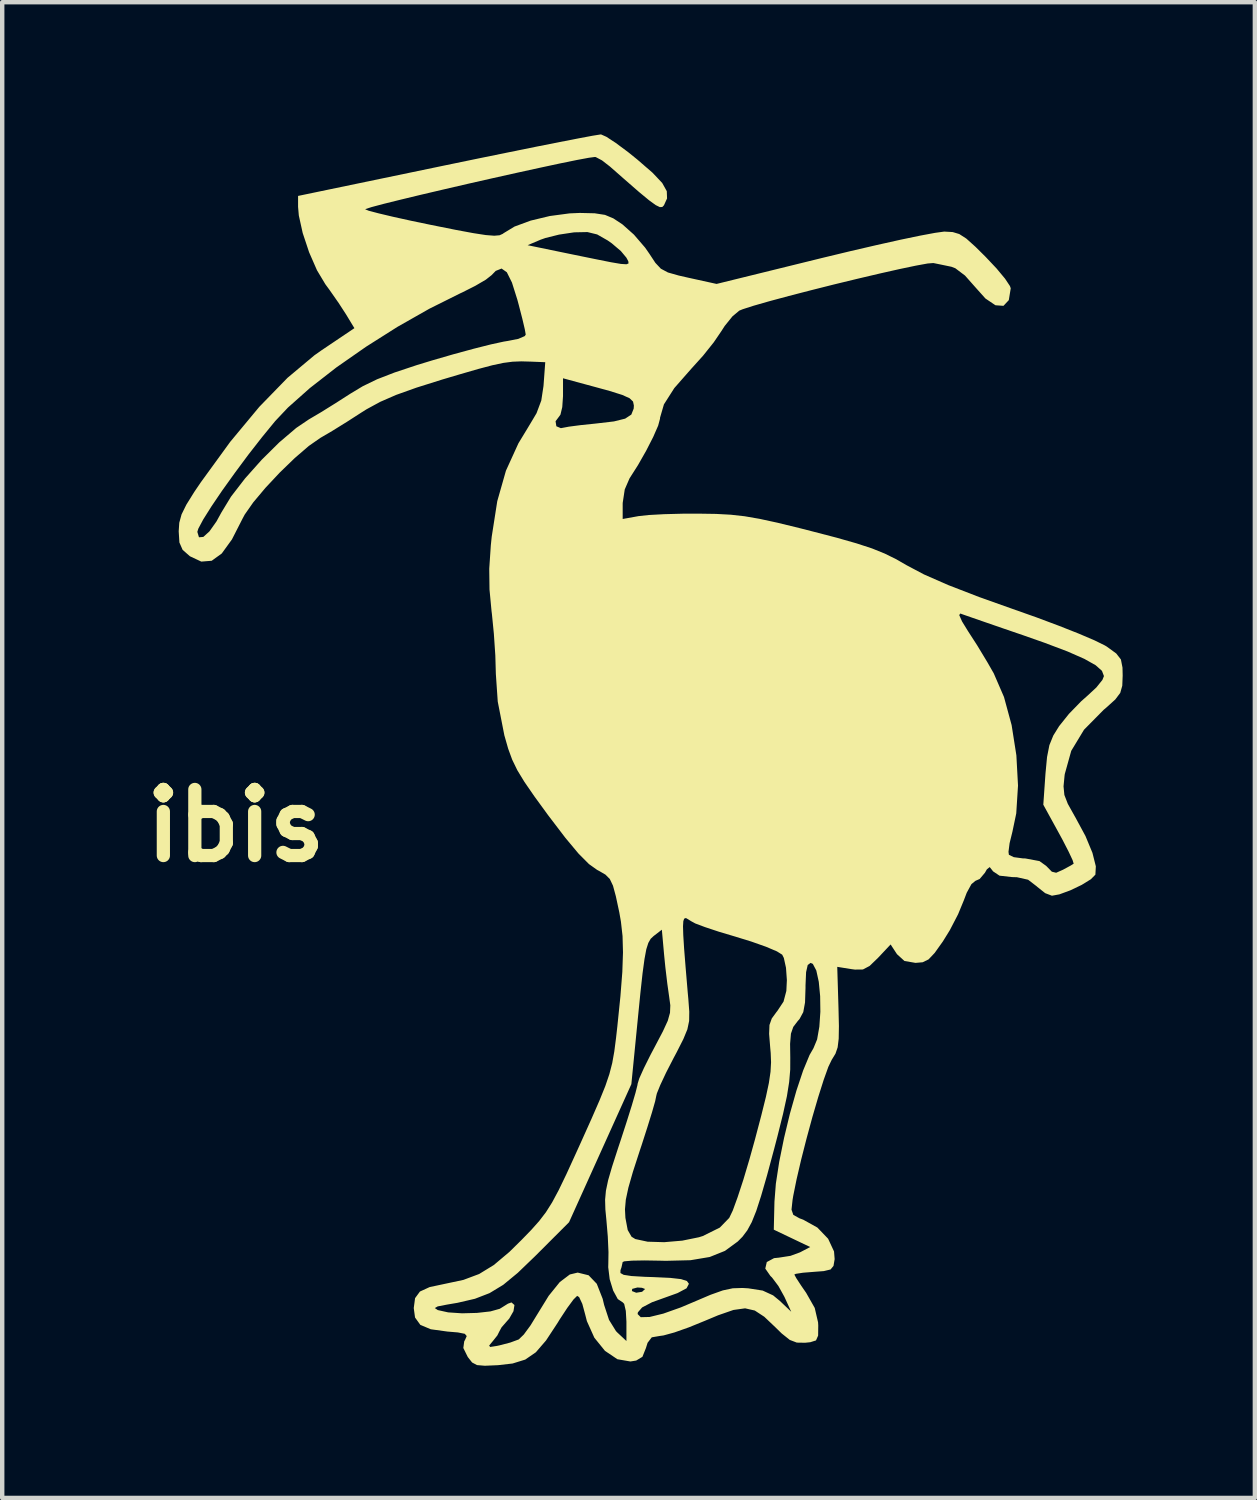
<source format=kicad_pcb>
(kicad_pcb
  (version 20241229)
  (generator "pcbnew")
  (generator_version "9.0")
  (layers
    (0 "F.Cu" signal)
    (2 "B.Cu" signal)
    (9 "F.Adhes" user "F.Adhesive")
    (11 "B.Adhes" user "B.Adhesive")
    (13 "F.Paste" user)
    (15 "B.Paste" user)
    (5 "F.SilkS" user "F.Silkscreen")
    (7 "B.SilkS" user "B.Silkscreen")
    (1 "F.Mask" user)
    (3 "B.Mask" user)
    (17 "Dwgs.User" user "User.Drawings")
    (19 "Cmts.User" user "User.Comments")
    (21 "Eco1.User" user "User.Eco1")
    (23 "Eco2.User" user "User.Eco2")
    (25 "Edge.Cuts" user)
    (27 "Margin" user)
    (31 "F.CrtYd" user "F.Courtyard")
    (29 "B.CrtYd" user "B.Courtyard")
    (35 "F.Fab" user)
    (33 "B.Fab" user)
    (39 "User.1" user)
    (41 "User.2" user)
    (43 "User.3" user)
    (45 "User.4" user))
  (footprint "ibis"
    (layer "F.Cu")
    (at 11.8 14.186)
    (property "Reference" "ibis" (at -9.5 1.5 0) (layer "F.SilkS") (effects (font (size 1.5 1.5) (thickness 0.3))))
    (attr board_only exclude_from_pos_files exclude_from_bom)
    (fp_poly (pts (xy -1.09 -14.132) (xy -0.875 -13.991) (xy -0.599 -13.786) (xy -0.387 -13.615) (xy -0.041 -13.315) (xy 0.177 -13.084) (xy 0.281 -12.898) (xy 0.287 -12.733) (xy 0.217 -12.578) (xy 0.179 -12.539) (xy 0.123 -12.536) (xy 0.029 -12.582) (xy -0.121 -12.691) (xy -0.345 -12.876) (xy -0.661 -13.151) (xy -1.008 -13.456) (xy -1.19 -13.597) (xy -1.33 -13.671) (xy -1.35 -13.674) (xy -1.487 -13.656) (xy -1.756 -13.606) (xy -2.134 -13.529) (xy -2.595 -13.43) (xy -3.116 -13.316) (xy -3.672 -13.192) (xy -4.241 -13.063) (xy -4.797 -12.934) (xy -5.317 -12.812) (xy -5.776 -12.701) (xy -6.151 -12.608) (xy -6.417 -12.537) (xy -6.551 -12.494) (xy -6.562 -12.486) (xy -6.483 -12.454) (xy -6.264 -12.396) (xy -5.932 -12.317) (xy -5.511 -12.224) (xy -5.059 -12.13) (xy -4.515 -12.021) (xy -4.112 -11.946) (xy -3.827 -11.902) (xy -3.636 -11.887) (xy -3.514 -11.897) (xy -3.439 -11.931) (xy -3.423 -11.944) (xy -3.174 -12.095) (xy -2.808 -12.23) (xy -2.374 -12.334) (xy -1.925 -12.394) (xy -1.693 -12.404) (xy -1.355 -12.396) (xy -1.122 -12.36) (xy -0.931 -12.28) (xy -0.725 -12.144) (xy -0.464 -11.911) (xy -0.211 -11.617) (xy -0.115 -11.479) (xy 0.022 -11.271) (xy 0.146 -11.139) (xy 0.307 -11.053) (xy 0.554 -10.983) (xy 0.774 -10.933) (xy 1.411 -10.793) (xy 3.824 -11.387) (xy 4.456 -11.539) (xy 5.051 -11.677) (xy 5.584 -11.796) (xy 6.031 -11.889) (xy 6.368 -11.952) (xy 6.57 -11.98) (xy 6.592 -11.98) (xy 6.769 -11.97) (xy 6.918 -11.925) (xy 7.078 -11.822) (xy 7.284 -11.637) (xy 7.516 -11.407) (xy 7.764 -11.144) (xy 7.957 -10.912) (xy 8.068 -10.745) (xy 8.086 -10.694) (xy 8.042 -10.425) (xy 7.921 -10.296) (xy 7.739 -10.309) (xy 7.512 -10.462) (xy 7.289 -10.711) (xy 7.048 -10.983) (xy 6.828 -11.149) (xy 6.742 -11.182) (xy 6.493 -11.234) (xy 6.33 -11.267) (xy 6.202 -11.257) (xy 5.938 -11.209) (xy 5.566 -11.131) (xy 5.113 -11.029) (xy 4.607 -10.91) (xy 4.075 -10.781) (xy 3.547 -10.648) (xy 3.048 -10.519) (xy 2.606 -10.4) (xy 2.25 -10.298) (xy 2.007 -10.22) (xy 1.926 -10.187) (xy 1.771 -10.057) (xy 1.595 -9.839) (xy 1.517 -9.718) (xy 1.346 -9.467) (xy 1.104 -9.164) (xy 0.843 -8.875) (xy 0.84 -8.872) (xy 0.452 -8.43) (xy 0.216 -8.06) (xy 0.128 -7.758) (xy 0.127 -7.733) (xy 0.085 -7.577) (xy -0.027 -7.321) (xy -0.187 -7.008) (xy -0.373 -6.681) (xy -0.563 -6.383) (xy -0.565 -6.379) (xy -0.673 -6.13) (xy -0.719 -5.827) (xy -0.72 -5.807) (xy -0.72 -5.459) (xy -0.36 -5.524) (xy -0.13 -5.549) (xy 0.219 -5.568) (xy 0.638 -5.579) (xy 1.016 -5.58) (xy 1.402 -5.574) (xy 1.733 -5.556) (xy 2.048 -5.521) (xy 2.388 -5.462) (xy 2.794 -5.374) (xy 3.306 -5.249) (xy 3.556 -5.185) (xy 4.137 -5.034) (xy 4.586 -4.906) (xy 4.938 -4.791) (xy 5.227 -4.674) (xy 5.487 -4.546) (xy 5.715 -4.414) (xy 6.117 -4.201) (xy 6.666 -3.96) (xy 7.369 -3.688) (xy 8.128 -3.418) (xy 8.671 -3.226) (xy 9.181 -3.035) (xy 9.629 -2.858) (xy 9.985 -2.706) (xy 10.219 -2.591) (xy 10.266 -2.563) (xy 10.48 -2.407) (xy 10.586 -2.271) (xy 10.622 -2.086) (xy 10.626 -1.906) (xy 10.617 -1.676) (xy 10.571 -1.513) (xy 10.459 -1.364) (xy 10.249 -1.174) (xy 10.194 -1.128) (xy 9.749 -0.677) (xy 9.459 -0.198) (xy 9.312 0.33) (xy 9.308 0.358) (xy 9.284 0.608) (xy 9.303 0.803) (xy 9.381 1.005) (xy 9.534 1.279) (xy 9.553 1.312) (xy 9.782 1.736) (xy 9.94 2.117) (xy 10.017 2.423) (xy 10.007 2.612) (xy 9.903 2.717) (xy 9.695 2.845) (xy 9.438 2.968) (xy 9.19 3.059) (xy 9.021 3.09) (xy 8.868 3.032) (xy 8.69 2.891) (xy 8.678 2.879) (xy 8.48 2.727) (xy 8.226 2.67) (xy 8.117 2.667) (xy 7.831 2.635) (xy 7.682 2.535) (xy 7.677 2.526) (xy 7.609 2.44) (xy 7.544 2.492) (xy 7.5 2.569) (xy 7.381 2.71) (xy 7.285 2.752) (xy 7.194 2.827) (xy 7.087 3.023) (xy 7.021 3.196) (xy 6.891 3.511) (xy 6.704 3.871) (xy 6.546 4.127) (xy 6.36 4.388) (xy 6.221 4.535) (xy 6.087 4.6) (xy 5.925 4.614) (xy 5.674 4.571) (xy 5.505 4.417) (xy 5.497 4.405) (xy 5.36 4.196) (xy 5.073 4.501) (xy 4.883 4.684) (xy 4.731 4.764) (xy 4.55 4.766) (xy 4.467 4.755) (xy 4.149 4.704) (xy 4.177 5.63) (xy 4.187 6.048) (xy 4.182 6.335) (xy 4.158 6.531) (xy 4.109 6.674) (xy 4.031 6.802) (xy 4.025 6.811) (xy 3.947 6.973) (xy 3.842 7.266) (xy 3.718 7.657) (xy 3.585 8.112) (xy 3.453 8.598) (xy 3.33 9.08) (xy 3.226 9.526) (xy 3.15 9.902) (xy 3.135 9.993) (xy 3.111 10.214) (xy 3.152 10.332) (xy 3.292 10.41) (xy 3.378 10.442) (xy 3.698 10.62) (xy 3.942 10.874) (xy 4.076 11.162) (xy 4.09 11.336) (xy 4.064 11.49) (xy 3.998 11.571) (xy 3.844 11.608) (xy 3.619 11.625) (xy 3.371 11.645) (xy 3.21 11.67) (xy 3.175 11.686) (xy 3.22 11.769) (xy 3.335 11.945) (xy 3.443 12.101) (xy 3.638 12.444) (xy 3.714 12.772) (xy 3.718 12.844) (xy 3.715 13.072) (xy 3.667 13.181) (xy 3.537 13.222) (xy 3.42 13.234) (xy 3.232 13.231) (xy 3.072 13.17) (xy 2.887 13.022) (xy 2.742 12.88) (xy 2.493 12.644) (xy 2.278 12.503) (xy 2.058 12.453) (xy 1.793 12.49) (xy 1.445 12.611) (xy 1.144 12.737) (xy 0.783 12.884) (xy 0.455 13) (xy 0.207 13.068) (xy 0.115 13.081) (xy -0.06 13.111) (xy -0.155 13.235) (xy -0.193 13.356) (xy -0.272 13.553) (xy -0.413 13.638) (xy -0.545 13.659) (xy -0.84 13.608) (xy -1.122 13.418) (xy -1.363 13.12) (xy -1.532 12.744) (xy -1.57 12.596) (xy -1.636 12.352) (xy -1.708 12.199) (xy -1.753 12.17) (xy -1.836 12.252) (xy -1.977 12.443) (xy -2.15 12.706) (xy -2.198 12.785) (xy -2.459 13.182) (xy -2.69 13.45) (xy -2.931 13.616) (xy -3.218 13.705) (xy -3.549 13.743) (xy -3.847 13.756) (xy -4.026 13.741) (xy -4.137 13.682) (xy -4.229 13.565) (xy -4.24 13.548) (xy -4.336 13.353) (xy -4.316 13.203) (xy -4.296 13.167) (xy -4.259 13.082) (xy -4.303 13.031) (xy -4.459 13) (xy -4.697 12.98) (xy -5.075 12.928) (xy -5.312 12.828) (xy -5.432 12.661) (xy -5.461 12.447) (xy -4.983 12.447) (xy -4.917 12.492) (xy -4.911 12.494) (xy -4.68 12.545) (xy -4.365 12.566) (xy -4.027 12.557) (xy -3.722 12.523) (xy -3.511 12.464) (xy -3.476 12.443) (xy -3.323 12.347) (xy -3.243 12.319) (xy -3.176 12.378) (xy -3.198 12.518) (xy -3.295 12.687) (xy -3.344 12.742) (xy -3.468 12.884) (xy -3.514 12.968) (xy -3.564 13.068) (xy -3.662 13.191) (xy -3.75 13.298) (xy -3.727 13.33) (xy -3.57 13.305) (xy -3.514 13.293) (xy -3.272 13.23) (xy -3.087 13.162) (xy -3.078 13.158) (xy -2.964 13.048) (xy -2.81 12.838) (xy -2.685 12.634) (xy -2.399 12.169) (xy -2.147 11.857) (xy -1.92 11.685) (xy -1.741 11.642) (xy -1.493 11.703) (xy -1.308 11.896) (xy -1.174 12.237) (xy -1.141 12.376) (xy -1.03 12.715) (xy -0.872 12.97) (xy -0.842 13.001) (xy -0.635 13.195) (xy -0.635 12.757) (xy -0.649 12.511) (xy -0.686 12.352) (xy -0.717 12.319) (xy -0.831 12.243) (xy -0.93 12.061) (xy -0.51 12.061) (xy -0.413 12.099) (xy -0.28 12.078) (xy -0.212 12.015) (xy -0.212 12.014) (xy -0.283 11.987) (xy -0.386 11.98) (xy -0.504 12.012) (xy -0.51 12.061) (xy -0.93 12.061) (xy -0.936 12.05) (xy -1.015 11.792) (xy -1.032 11.652) (xy -0.771 11.652) (xy -0.697 11.693) (xy -0.522 11.72) (xy -0.218 11.738) (xy -0.03 11.744) (xy 0.358 11.762) (xy 0.604 11.79) (xy 0.737 11.833) (xy 0.783 11.896) (xy 0.73 11.998) (xy 0.525 12.107) (xy 0.319 12.181) (xy -0.054 12.315) (xy -0.279 12.433) (xy -0.375 12.544) (xy -0.381 12.583) (xy -0.31 12.654) (xy -0.109 12.649) (xy 0.202 12.573) (xy 0.602 12.431) (xy 0.89 12.309) (xy 1.273 12.146) (xy 1.553 12.046) (xy 1.779 11.998) (xy 1.998 11.991) (xy 2.13 11.999) (xy 2.457 12.05) (xy 2.694 12.159) (xy 2.846 12.284) (xy 3.105 12.531) (xy 2.95 12.192) (xy 2.814 11.947) (xy 2.669 11.754) (xy 2.632 11.718) (xy 2.516 11.551) (xy 2.55 11.403) (xy 2.715 11.314) (xy 2.824 11.303) (xy 3.088 11.262) (xy 3.303 11.183) (xy 3.535 11.062) (xy 3.122 10.865) (xy 2.709 10.668) (xy 2.724 10.033) (xy 2.756 9.624) (xy 2.832 9.129) (xy 2.942 8.587) (xy 3.075 8.035) (xy 3.223 7.512) (xy 3.375 7.056) (xy 3.521 6.704) (xy 3.61 6.549) (xy 3.692 6.351) (xy 3.743 6.062) (xy 3.766 5.722) (xy 3.761 5.369) (xy 3.73 5.044) (xy 3.674 4.787) (xy 3.595 4.637) (xy 3.544 4.614) (xy 3.479 4.662) (xy 3.442 4.824) (xy 3.429 5.125) (xy 3.429 5.18) (xy 3.418 5.513) (xy 3.378 5.731) (xy 3.295 5.885) (xy 3.247 5.941) (xy 3.151 6.067) (xy 3.098 6.22) (xy 3.079 6.45) (xy 3.083 6.763) (xy 3.082 7.036) (xy 3.058 7.317) (xy 3.007 7.639) (xy 2.92 8.037) (xy 2.793 8.546) (xy 2.716 8.84) (xy 2.555 9.439) (xy 2.422 9.899) (xy 2.311 10.243) (xy 2.209 10.497) (xy 2.108 10.683) (xy 1.999 10.828) (xy 1.892 10.936) (xy 1.601 11.149) (xy 1.255 11.288) (xy 0.819 11.361) (xy 0.26 11.375) (xy 0.135 11.372) (xy -0.222 11.366) (xy -0.506 11.371) (xy -0.681 11.386) (xy -0.72 11.402) (xy -0.747 11.523) (xy -0.77 11.589) (xy -0.771 11.652) (xy -1.032 11.652) (xy -1.048 11.52) (xy -1.046 11.443) (xy -1.042 11.178) (xy -1.058 10.823) (xy -1.089 10.456) (xy -1.113 10.207) (xy -0.668 10.207) (xy -0.658 10.4) (xy -0.606 10.676) (xy -0.519 10.828) (xy -0.433 10.881) (xy -0.154 10.941) (xy 0.222 10.952) (xy 0.632 10.917) (xy 1.01 10.84) (xy 1.099 10.812) (xy 1.484 10.621) (xy 1.698 10.401) (xy 1.778 10.234) (xy 1.887 9.935) (xy 2.018 9.536) (xy 2.157 9.069) (xy 2.281 8.624) (xy 2.426 8.074) (xy 2.53 7.656) (xy 2.598 7.337) (xy 2.635 7.085) (xy 2.647 6.87) (xy 2.639 6.659) (xy 2.628 6.539) (xy 2.603 6.225) (xy 2.611 6.023) (xy 2.663 5.876) (xy 2.77 5.729) (xy 2.789 5.706) (xy 2.93 5.493) (xy 2.994 5.251) (xy 3.006 5.005) (xy 2.986 4.725) (xy 2.937 4.502) (xy 2.9 4.428) (xy 2.78 4.353) (xy 2.533 4.248) (xy 2.196 4.129) (xy 1.839 4.019) (xy 1.461 3.906) (xy 1.145 3.801) (xy 0.927 3.719) (xy 0.839 3.671) (xy 0.723 3.6) (xy 0.705 3.598) (xy 0.675 3.612) (xy 0.656 3.668) (xy 0.649 3.786) (xy 0.655 3.986) (xy 0.674 4.289) (xy 0.708 4.715) (xy 0.756 5.284) (xy 0.77 5.435) (xy 0.791 5.72) (xy 0.788 5.932) (xy 0.748 6.122) (xy 0.658 6.341) (xy 0.506 6.641) (xy 0.433 6.778) (xy 0.265 7.105) (xy 0.134 7.384) (xy 0.056 7.576) (xy 0.042 7.633) (xy 0.017 7.754) (xy -0.054 8.003) (xy -0.16 8.345) (xy -0.29 8.749) (xy -0.331 8.872) (xy -0.488 9.356) (xy -0.591 9.716) (xy -0.649 9.988) (xy -0.668 10.207) (xy -1.113 10.207) (xy -1.113 10.2) (xy -1.119 9.989) (xy -1.1 9.783) (xy -1.05 9.545) (xy -0.96 9.236) (xy -0.825 8.818) (xy -0.769 8.65) (xy -0.631 8.225) (xy -0.514 7.852) (xy -0.429 7.562) (xy -0.385 7.388) (xy -0.381 7.358) (xy -0.343 7.235) (xy -0.239 7.003) (xy -0.089 6.702) (xy 0.011 6.513) (xy 0.192 6.169) (xy 0.303 5.928) (xy 0.354 5.746) (xy 0.361 5.577) (xy 0.336 5.392) (xy 0.293 5.087) (xy 0.248 4.709) (xy 0.22 4.428) (xy 0.169 3.861) (xy -0.018 4.005) (xy -0.085 4.068) (xy -0.138 4.161) (xy -0.184 4.305) (xy -0.225 4.527) (xy -0.269 4.85) (xy -0.318 5.297) (xy -0.364 5.757) (xy -0.523 7.366) (xy -1.23 8.932) (xy -1.937 10.499) (xy -2.707 11.269) (xy -3.101 11.648) (xy -3.431 11.92) (xy -3.741 12.108) (xy -4.072 12.236) (xy -4.469 12.328) (xy -4.699 12.367) (xy -4.917 12.409) (xy -4.983 12.447) (xy -5.461 12.447) (xy -5.461 12.446) (xy -5.431 12.222) (xy -5.321 12.072) (xy -5.101 11.971) (xy -4.763 11.899) (xy -4.335 11.808) (xy -3.977 11.674) (xy -3.644 11.47) (xy -3.29 11.172) (xy -3.013 10.899) (xy -2.791 10.67) (xy -2.614 10.471) (xy -2.463 10.274) (xy -2.321 10.049) (xy -2.171 9.769) (xy -1.995 9.404) (xy -1.776 8.925) (xy -1.664 8.678) (xy -1.425 8.146) (xy -1.245 7.733) (xy -1.114 7.409) (xy -1.022 7.138) (xy -0.957 6.887) (xy -0.91 6.623) (xy -0.87 6.312) (xy -0.841 6.054) (xy -0.771 5.369) (xy -0.728 4.82) (xy -0.713 4.376) (xy -0.723 4.005) (xy -0.76 3.676) (xy -0.796 3.471) (xy -0.875 3.102) (xy -0.94 2.862) (xy -1.012 2.711) (xy -1.11 2.612) (xy -1.254 2.528) (xy -1.3 2.504) (xy -1.485 2.372) (xy -1.722 2.134) (xy -2.02 1.777) (xy -2.393 1.288) (xy -2.412 1.263) (xy -2.723 0.836) (xy -2.949 0.508) (xy -3.111 0.242) (xy -3.227 0.003) (xy -3.318 -0.245) (xy -3.401 -0.536) (xy -3.404 -0.544) (xy -3.555 -1.315) (xy -3.598 -1.942) (xy -3.61 -2.362) (xy -3.643 -2.853) (xy -3.685 -3.279) (xy 6.917 -3.279) (xy 6.981 -3.134) (xy 7.115 -2.916) (xy 7.326 -2.589) (xy 7.555 -2.21) (xy 7.701 -1.955) (xy 7.933 -1.419) (xy 8.106 -0.782) (xy 8.214 -0.095) (xy 8.251 0.59) (xy 8.211 1.222) (xy 8.124 1.638) (xy 8.06 1.898) (xy 8.035 2.094) (xy 8.044 2.161) (xy 8.155 2.215) (xy 8.364 2.243) (xy 8.416 2.244) (xy 8.738 2.304) (xy 8.89 2.413) (xy 9.019 2.545) (xy 9.117 2.569) (xy 9.27 2.501) (xy 9.298 2.486) (xy 9.451 2.403) (xy 9.514 2.363) (xy 9.49 2.283) (xy 9.399 2.089) (xy 9.26 1.819) (xy 9.185 1.681) (xy 8.825 1.025) (xy 8.874 0.322) (xy 8.91 -0.058) (xy 8.963 -0.327) (xy 9.051 -0.544) (xy 9.183 -0.757) (xy 9.407 -1.037) (xy 9.686 -1.324) (xy 9.822 -1.444) (xy 10.029 -1.636) (xy 10.166 -1.807) (xy 10.201 -1.894) (xy 10.156 -2.013) (xy 10.012 -2.141) (xy 9.756 -2.285) (xy 9.374 -2.453) (xy 8.853 -2.65) (xy 8.361 -2.823) (xy 7.914 -2.976) (xy 7.518 -3.113) (xy 7.203 -3.222) (xy 6.999 -3.293) (xy 6.942 -3.314) (xy 6.917 -3.279) (xy -3.685 -3.279) (xy -3.689 -3.316) (xy -3.696 -3.371) (xy -3.742 -3.859) (xy -3.748 -4.33) (xy -3.712 -4.863) (xy -3.692 -5.056) (xy -3.566 -5.863) (xy -3.369 -6.555) (xy -3.086 -7.176) (xy -2.87 -7.532) (xy -2.783 -7.677) (xy -2.243 -7.677) (xy -2.225 -7.563) (xy -2.123 -7.52) (xy -2.095 -7.525) (xy -1.941 -7.554) (xy -1.674 -7.589) (xy -1.347 -7.623) (xy -1.312 -7.627) (xy -0.918 -7.673) (xy -0.664 -7.736) (xy -0.524 -7.828) (xy -0.47 -7.964) (xy -0.466 -8.034) (xy -0.485 -8.124) (xy -0.563 -8.199) (xy -0.729 -8.274) (xy -1.012 -8.363) (xy -1.27 -8.434) (xy -2.074 -8.652) (xy -2.074 -8.247) (xy -2.091 -7.998) (xy -2.132 -7.827) (xy -2.159 -7.789) (xy -2.243 -7.677) (xy -2.783 -7.677) (xy -2.675 -7.859) (xy -2.567 -8.147) (xy -2.517 -8.476) (xy -2.514 -8.515) (xy -2.477 -9.017) (xy -2.805 -9.03) (xy -3.023 -9.036) (xy -3.22 -9.028) (xy -3.427 -9.001) (xy -3.676 -8.948) (xy -4.001 -8.862) (xy -4.432 -8.737) (xy -4.813 -8.624) (xy -5.401 -8.439) (xy -5.86 -8.275) (xy -6.225 -8.116) (xy -6.533 -7.948) (xy -6.646 -7.877) (xy -6.977 -7.664) (xy -7.314 -7.455) (xy -7.582 -7.298) (xy -7.843 -7.116) (xy -8.161 -6.842) (xy -8.501 -6.513) (xy -8.827 -6.165) (xy -9.104 -5.835) (xy -9.297 -5.559) (xy -9.343 -5.473) (xy -9.587 -4.995) (xy -9.818 -4.676) (xy -10.046 -4.511) (xy -10.282 -4.492) (xy -10.536 -4.611) (xy -10.545 -4.617) (xy -10.706 -4.759) (xy -10.779 -4.926) (xy -10.794 -5.167) (xy -10.372 -5.167) (xy -10.335 -5.044) (xy -10.236 -5.052) (xy -10.097 -5.178) (xy -9.938 -5.403) (xy -9.826 -5.607) (xy -9.608 -5.966) (xy -9.29 -6.378) (xy -8.912 -6.802) (xy -8.512 -7.198) (xy -8.128 -7.525) (xy -7.841 -7.719) (xy -7.568 -7.88) (xy -7.229 -8.091) (xy -6.9 -8.302) (xy -6.616 -8.473) (xy -6.294 -8.629) (xy -5.897 -8.783) (xy -5.392 -8.951) (xy -5.038 -9.059) (xy -4.558 -9.198) (xy -4.102 -9.322) (xy -3.71 -9.421) (xy -3.42 -9.484) (xy -3.323 -9.5) (xy -3.089 -9.546) (xy -2.943 -9.609) (xy -2.92 -9.643) (xy -2.941 -9.763) (xy -2.997 -10.002) (xy -3.078 -10.316) (xy -3.11 -10.435) (xy -3.233 -10.825) (xy -3.349 -11.058) (xy -3.468 -11.142) (xy -3.601 -11.089) (xy -3.694 -10.993) (xy -3.825 -10.89) (xy -4.064 -10.75) (xy -4.361 -10.6) (xy -4.403 -10.581) (xy -5.105 -10.231) (xy -5.829 -9.82) (xy -6.543 -9.368) (xy -7.217 -8.898) (xy -7.818 -8.43) (xy -8.316 -7.987) (xy -8.604 -7.682) (xy -8.903 -7.317) (xy -9.216 -6.916) (xy -9.523 -6.502) (xy -9.809 -6.103) (xy -10.053 -5.743) (xy -10.239 -5.447) (xy -10.349 -5.241) (xy -10.372 -5.167) (xy -10.794 -5.167) (xy -10.795 -5.177) (xy -10.782 -5.374) (xy -10.73 -5.563) (xy -10.622 -5.783) (xy -10.44 -6.075) (xy -10.292 -6.293) (xy -9.625 -7.211) (xy -8.965 -8.005) (xy -8.325 -8.663) (xy -7.716 -9.173) (xy -7.56 -9.283) (xy -6.808 -9.789) (xy -6.997 -10.101) (xy -7.165 -10.36) (xy -7.373 -10.658) (xy -7.467 -10.786) (xy -7.657 -11.103) (xy -7.836 -11.512) (xy -7.889 -11.672) (xy -2.877 -11.672) (xy -1.82 -11.454) (xy -1.33 -11.354) (xy -0.985 -11.285) (xy -0.76 -11.247) (xy -0.635 -11.239) (xy -0.587 -11.258) (xy -0.592 -11.306) (xy -0.63 -11.378) (xy -0.636 -11.389) (xy -0.761 -11.539) (xy -0.968 -11.715) (xy -1.061 -11.78) (xy -1.299 -11.916) (xy -1.52 -11.97) (xy -1.812 -11.964) (xy -1.84 -11.961) (xy -2.165 -11.912) (xy -2.474 -11.835) (xy -2.582 -11.797) (xy -2.877 -11.672) (xy -7.889 -11.672) (xy -7.981 -11.948) (xy -8.069 -12.346) (xy -8.086 -12.542) (xy -8.086 -12.79) (xy -4.72 -13.49) (xy -3.985 -13.642) (xy -3.298 -13.782) (xy -2.678 -13.908) (xy -2.143 -14.014) (xy -1.712 -14.098) (xy -1.403 -14.156) (xy -1.235 -14.183) (xy -1.212 -14.186)) (stroke (width 0) (type solid)) (fill yes) (layer "F.SilkS")))
  (gr_rect
    (start -3 -3)
    (end 25.426 30.942)
    (stroke (width 0.1) (type default))
    (fill no)
    (layer "Edge.Cuts")))
</source>
